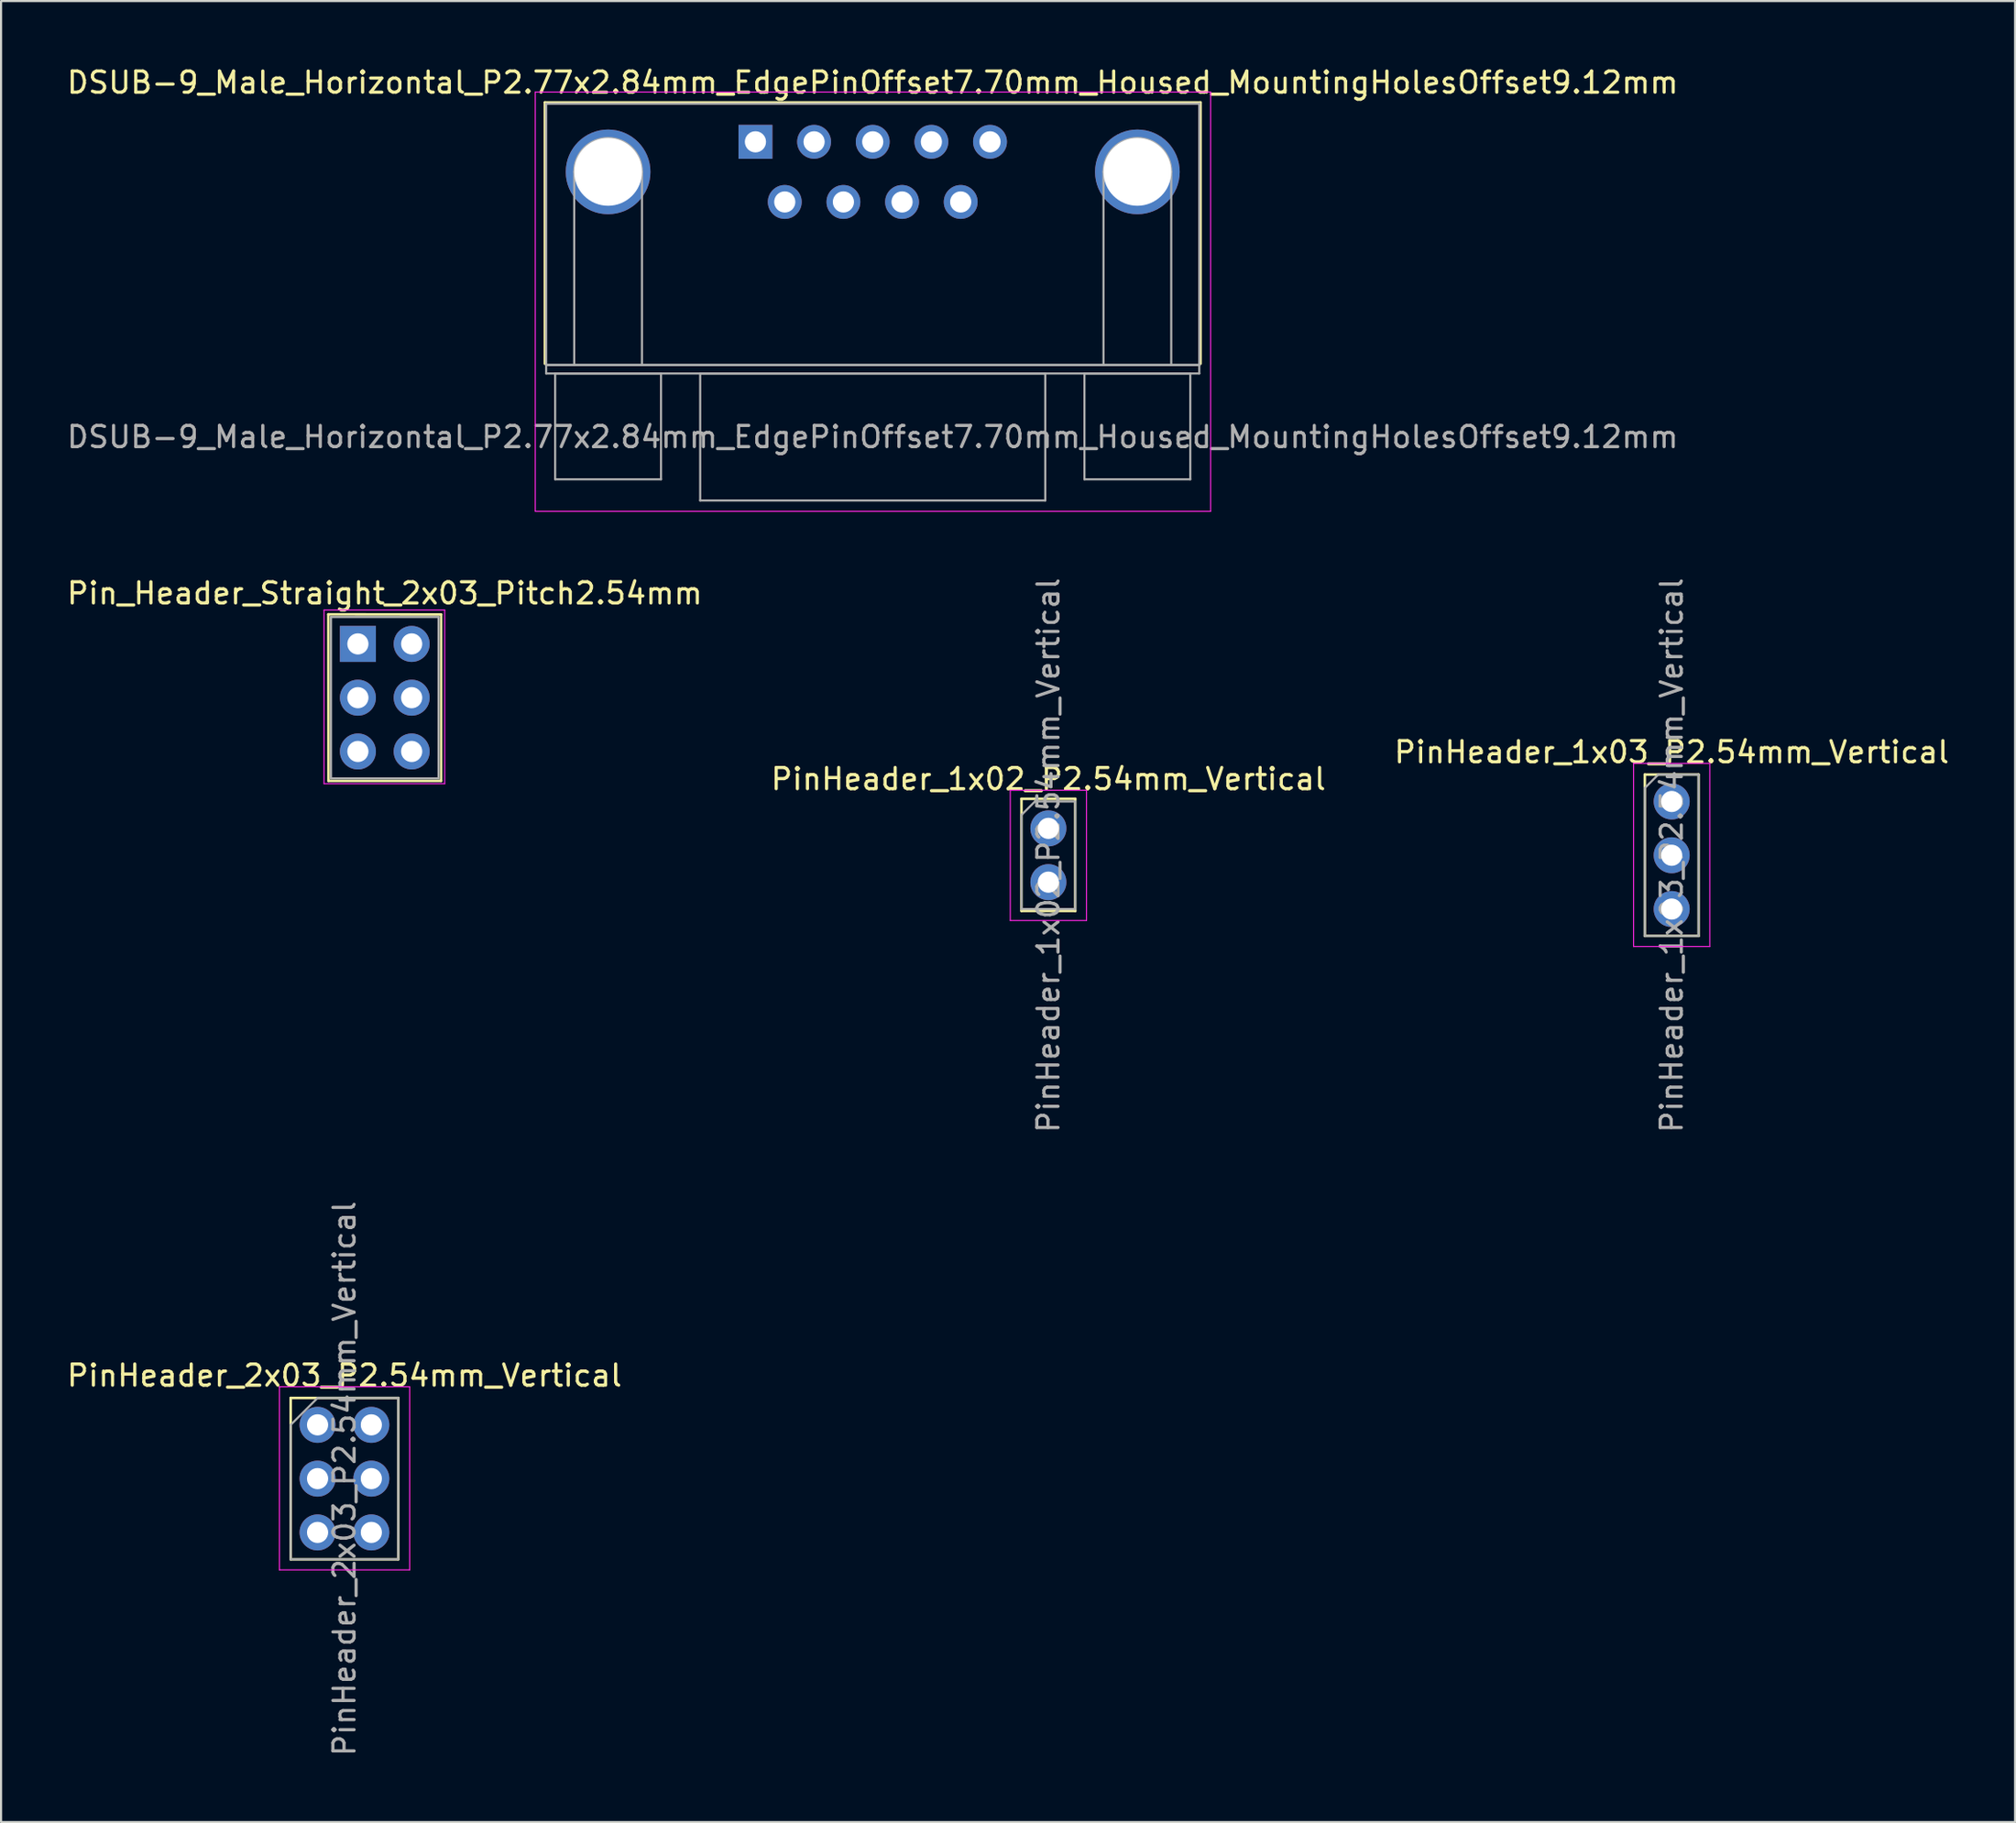
<source format=kicad_pcb>
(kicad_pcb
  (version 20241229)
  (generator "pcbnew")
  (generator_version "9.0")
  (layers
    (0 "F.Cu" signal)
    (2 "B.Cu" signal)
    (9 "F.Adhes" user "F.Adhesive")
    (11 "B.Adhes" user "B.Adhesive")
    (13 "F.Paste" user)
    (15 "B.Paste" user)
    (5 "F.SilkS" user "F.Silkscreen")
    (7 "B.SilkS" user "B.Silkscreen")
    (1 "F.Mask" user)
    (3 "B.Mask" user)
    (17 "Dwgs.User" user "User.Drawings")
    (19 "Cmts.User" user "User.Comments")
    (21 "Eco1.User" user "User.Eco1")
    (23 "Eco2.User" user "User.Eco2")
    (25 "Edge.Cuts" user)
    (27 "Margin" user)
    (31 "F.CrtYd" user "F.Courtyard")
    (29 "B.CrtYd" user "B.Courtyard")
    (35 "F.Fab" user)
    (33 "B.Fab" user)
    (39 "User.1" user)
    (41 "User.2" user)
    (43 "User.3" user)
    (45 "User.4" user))
  (footprint "PinHeader_1x03_P2.54mm_Vertical"
    (layer "F.Cu")
    (at 75.911 34.803)
    (property "Reference" "PinHeader_1x03_P2.54mm_Vertical" (at 0 -2.33 0) (layer "F.SilkS") (effects (font (size 1 1) (thickness 0.15))))
    (attr through_hole)
    (fp_line (start -1.27 -1.27) (end -1.27 6.35) (stroke (width 0.12) (type solid)) (layer "F.SilkS"))
    (fp_line (start -1.27 -1.27) (end 1.27 -1.27) (stroke (width 0.12) (type solid)) (layer "F.SilkS"))
    (fp_line (start -1.27 6.35) (end 1.27 6.35) (stroke (width 0.12) (type solid)) (layer "F.SilkS"))
    (fp_line (start 1.27 -1.27) (end 1.27 6.35) (stroke (width 0.12) (type solid)) (layer "F.SilkS"))
    (fp_line (start -1.8 -1.8) (end -1.8 6.85) (stroke (width 0.05) (type solid)) (layer "F.CrtYd"))
    (fp_line (start -1.8 6.85) (end 1.8 6.85) (stroke (width 0.05) (type solid)) (layer "F.CrtYd"))
    (fp_line (start 1.8 -1.8) (end -1.8 -1.8) (stroke (width 0.05) (type solid)) (layer "F.CrtYd"))
    (fp_line (start 1.8 6.85) (end 1.8 -1.8) (stroke (width 0.05) (type solid)) (layer "F.CrtYd"))
    (fp_line (start -1.27 -0.635) (end -0.635 -1.27) (stroke (width 0.1) (type solid)) (layer "F.Fab"))
    (fp_line (start -1.27 6.35) (end -1.27 -0.635) (stroke (width 0.1) (type solid)) (layer "F.Fab"))
    (fp_line (start -0.635 -1.27) (end 1.27 -1.27) (stroke (width 0.1) (type solid)) (layer "F.Fab"))
    (fp_line (start 1.27 -1.27) (end 1.27 6.35) (stroke (width 0.1) (type solid)) (layer "F.Fab"))
    (fp_line (start 1.27 6.35) (end -1.27 6.35) (stroke (width 0.1) (type solid)) (layer "F.Fab"))
    (fp_text user "${REFERENCE}" (at 0 2.54 90) (layer "F.Fab") (effects (font (size 1 1) (thickness 0.15))))
    (pad "1" thru_hole circle (at 0 0) (size 1.7 1.7) (drill 1) (layers "*.Cu" "*.Mask"))
    (pad "2" thru_hole oval (at 0 2.54) (size 1.7 1.7) (drill 1) (layers "*.Cu" "*.Mask"))
    (pad "3" thru_hole oval (at 0 5.08) (size 1.7 1.7) (drill 1) (layers "*.Cu" "*.Mask")))
  (footprint "PinHeader_1x02_P2.54mm_Vertical"
    (layer "F.Cu")
    (at 46.47 36.073)
    (property "Reference" "PinHeader_1x02_P2.54mm_Vertical" (at 0 -2.33 0) (layer "F.SilkS") (effects (font (size 1 1) (thickness 0.15))))
    (attr through_hole)
    (fp_line (start -1.27 -1.397) (end -1.27 3.9) (stroke (width 0.12) (type solid)) (layer "F.SilkS"))
    (fp_line (start -1.27 -1.397) (end 1.27 -1.397) (stroke (width 0.12) (type solid)) (layer "F.SilkS"))
    (fp_line (start -1.27 3.9) (end 1.27 3.9) (stroke (width 0.12) (type solid)) (layer "F.SilkS"))
    (fp_line (start 1.27 -1.397) (end 1.27 3.9) (stroke (width 0.12) (type solid)) (layer "F.SilkS"))
    (fp_line (start -1.8 -1.8) (end -1.8 4.35) (stroke (width 0.05) (type solid)) (layer "F.CrtYd"))
    (fp_line (start -1.8 4.35) (end 1.8 4.35) (stroke (width 0.05) (type solid)) (layer "F.CrtYd"))
    (fp_line (start 1.8 -1.8) (end -1.8 -1.8) (stroke (width 0.05) (type solid)) (layer "F.CrtYd"))
    (fp_line (start 1.8 4.35) (end 1.8 -1.8) (stroke (width 0.05) (type solid)) (layer "F.CrtYd"))
    (fp_line (start -1.27 -0.635) (end -0.635 -1.27) (stroke (width 0.1) (type solid)) (layer "F.Fab"))
    (fp_line (start -1.27 3.81) (end -1.27 -0.635) (stroke (width 0.1) (type solid)) (layer "F.Fab"))
    (fp_line (start -0.635 -1.27) (end 1.27 -1.27) (stroke (width 0.1) (type solid)) (layer "F.Fab"))
    (fp_line (start 1.27 -1.27) (end 1.27 3.81) (stroke (width 0.1) (type solid)) (layer "F.Fab"))
    (fp_line (start 1.27 3.81) (end -1.27 3.81) (stroke (width 0.1) (type solid)) (layer "F.Fab"))
    (fp_text user "${REFERENCE}" (at 0 1.27 90) (layer "F.Fab") (effects (font (size 1 1) (thickness 0.15))))
    (pad "1" thru_hole circle (at 0 0) (size 1.7 1.7) (drill 1) (layers "*.Cu" "*.Mask"))
    (pad "2" thru_hole oval (at 0 2.54) (size 1.7 1.7) (drill 1) (layers "*.Cu" "*.Mask")))
  (footprint "PinHeader_2x03_P2.54mm_Vertical"
    (layer "F.Cu")
    (at 11.95 64.244)
    (property "Reference" "PinHeader_2x03_P2.54mm_Vertical" (at 1.27 -2.33 0) (layer "F.SilkS") (effects (font (size 1 1) (thickness 0.15))))
    (attr through_hole)
    (fp_line (start -1.27 -1.27) (end -1.27 6.35) (stroke (width 0.12) (type solid)) (layer "F.SilkS"))
    (fp_line (start -1.27 -1.27) (end 3.81 -1.27) (stroke (width 0.12) (type solid)) (layer "F.SilkS"))
    (fp_line (start -1.27 6.35) (end 3.81 6.35) (stroke (width 0.12) (type solid)) (layer "F.SilkS"))
    (fp_line (start 3.81 -1.27) (end 3.81 6.35) (stroke (width 0.12) (type solid)) (layer "F.SilkS"))
    (fp_line (start -1.8 -1.8) (end -1.8 6.85) (stroke (width 0.05) (type solid)) (layer "F.CrtYd"))
    (fp_line (start -1.8 6.85) (end 4.35 6.85) (stroke (width 0.05) (type solid)) (layer "F.CrtYd"))
    (fp_line (start 4.35 -1.8) (end -1.8 -1.8) (stroke (width 0.05) (type solid)) (layer "F.CrtYd"))
    (fp_line (start 4.35 6.85) (end 4.35 -1.8) (stroke (width 0.05) (type solid)) (layer "F.CrtYd"))
    (fp_line (start -1.27 0) (end 0 -1.27) (stroke (width 0.1) (type solid)) (layer "F.Fab"))
    (fp_line (start -1.27 6.35) (end -1.27 0) (stroke (width 0.1) (type solid)) (layer "F.Fab"))
    (fp_line (start 0 -1.27) (end 3.81 -1.27) (stroke (width 0.1) (type solid)) (layer "F.Fab"))
    (fp_line (start 3.81 -1.27) (end 3.81 6.35) (stroke (width 0.1) (type solid)) (layer "F.Fab"))
    (fp_line (start 3.81 6.35) (end -1.27 6.35) (stroke (width 0.1) (type solid)) (layer "F.Fab"))
    (fp_text user "${REFERENCE}" (at 1.27 2.54 90) (layer "F.Fab") (effects (font (size 1 1) (thickness 0.15))))
    (pad "1" thru_hole oval (at 0 0) (size 1.7 1.7) (drill 1) (layers "*.Cu" "*.Mask"))
    (pad "2" thru_hole oval (at 2.54 0) (size 1.7 1.7) (drill 1) (layers "*.Cu" "*.Mask"))
    (pad "3" thru_hole oval (at 0 2.54) (size 1.7 1.7) (drill 1) (layers "*.Cu" "*.Mask"))
    (pad "4" thru_hole oval (at 2.54 2.54) (size 1.7 1.7) (drill 1) (layers "*.Cu" "*.Mask"))
    (pad "5" thru_hole oval (at 0 5.08) (size 1.7 1.7) (drill 1) (layers "*.Cu" "*.Mask"))
    (pad "6" thru_hole oval (at 2.54 5.08) (size 1.7 1.7) (drill 1) (layers "*.Cu" "*.Mask")))
  (footprint "DSUB-9_Male_Horizontal_P2.77x2.84mm_EdgePinOffset7.70mm_Housed_MountingHolesOffset9.12mm"
    (layer "F.Cu")
    (at 32.633 3.648)
    (property "Reference" "DSUB-9_Male_Horizontal_P2.77x2.84mm_EdgePinOffset7.70mm_Housed_MountingHolesOffset9.12mm" (at 5.54 -2.8 0) (layer "F.SilkS") (effects (font (size 1 1) (thickness 0.15))))
    (attr through_hole)
    (fp_line (start -9.945 -1.86) (end 21.025 -1.86) (stroke (width 0.12) (type solid)) (layer "F.SilkS"))
    (fp_line (start -9.945 10.48) (end -9.945 -1.86) (stroke (width 0.12) (type solid)) (layer "F.SilkS"))
    (fp_line (start 21.025 -1.86) (end 21.025 10.48) (stroke (width 0.12) (type solid)) (layer "F.SilkS"))
    (fp_line (start -10.4 -2.35) (end -10.4 17.45) (stroke (width 0.05) (type solid)) (layer "F.CrtYd"))
    (fp_line (start -10.4 17.45) (end 21.5 17.45) (stroke (width 0.05) (type solid)) (layer "F.CrtYd"))
    (fp_line (start 21.5 -2.35) (end -10.4 -2.35) (stroke (width 0.05) (type solid)) (layer "F.CrtYd"))
    (fp_line (start 21.5 17.45) (end 21.5 -2.35) (stroke (width 0.05) (type solid)) (layer "F.CrtYd"))
    (fp_line (start -9.885 -1.8) (end -9.885 10.54) (stroke (width 0.1) (type solid)) (layer "F.Fab"))
    (fp_line (start -9.885 10.54) (end -9.885 10.94) (stroke (width 0.1) (type solid)) (layer "F.Fab"))
    (fp_line (start -9.885 10.54) (end 20.965 10.54) (stroke (width 0.1) (type solid)) (layer "F.Fab"))
    (fp_line (start -9.885 10.94) (end 20.965 10.94) (stroke (width 0.1) (type solid)) (layer "F.Fab"))
    (fp_line (start -9.46 10.94) (end -9.46 15.94) (stroke (width 0.1) (type solid)) (layer "F.Fab"))
    (fp_line (start -9.46 15.94) (end -4.46 15.94) (stroke (width 0.1) (type solid)) (layer "F.Fab"))
    (fp_line (start -8.56 10.54) (end -8.56 1.42) (stroke (width 0.1) (type solid)) (layer "F.Fab"))
    (fp_line (start -5.36 10.54) (end -5.36 1.42) (stroke (width 0.1) (type solid)) (layer "F.Fab"))
    (fp_line (start -4.46 10.94) (end -9.46 10.94) (stroke (width 0.1) (type solid)) (layer "F.Fab"))
    (fp_line (start -4.46 15.94) (end -4.46 10.94) (stroke (width 0.1) (type solid)) (layer "F.Fab"))
    (fp_line (start -2.61 10.94) (end -2.61 16.94) (stroke (width 0.1) (type solid)) (layer "F.Fab"))
    (fp_line (start -2.61 16.94) (end 13.69 16.94) (stroke (width 0.1) (type solid)) (layer "F.Fab"))
    (fp_line (start 13.69 10.94) (end -2.61 10.94) (stroke (width 0.1) (type solid)) (layer "F.Fab"))
    (fp_line (start 13.69 16.94) (end 13.69 10.94) (stroke (width 0.1) (type solid)) (layer "F.Fab"))
    (fp_line (start 15.54 10.94) (end 15.54 15.94) (stroke (width 0.1) (type solid)) (layer "F.Fab"))
    (fp_line (start 15.54 15.94) (end 20.54 15.94) (stroke (width 0.1) (type solid)) (layer "F.Fab"))
    (fp_line (start 16.44 10.54) (end 16.44 1.42) (stroke (width 0.1) (type solid)) (layer "F.Fab"))
    (fp_line (start 19.64 10.54) (end 19.64 1.42) (stroke (width 0.1) (type solid)) (layer "F.Fab"))
    (fp_line (start 20.54 10.94) (end 15.54 10.94) (stroke (width 0.1) (type solid)) (layer "F.Fab"))
    (fp_line (start 20.54 15.94) (end 20.54 10.94) (stroke (width 0.1) (type solid)) (layer "F.Fab"))
    (fp_line (start 20.965 -1.8) (end -9.885 -1.8) (stroke (width 0.1) (type solid)) (layer "F.Fab"))
    (fp_line (start 20.965 10.54) (end -9.885 10.54) (stroke (width 0.1) (type solid)) (layer "F.Fab"))
    (fp_line (start 20.965 10.54) (end 20.965 -1.8) (stroke (width 0.1) (type solid)) (layer "F.Fab"))
    (fp_line (start 20.965 10.94) (end 20.965 10.54) (stroke (width 0.1) (type solid)) (layer "F.Fab"))
    (fp_arc (start -8.56 1.42) (mid -6.96 -0.18) (end -5.36 1.42) (stroke (width 0.1) (type solid)) (layer "F.Fab"))
    (fp_arc (start 16.44 1.42) (mid 18.04 -0.18) (end 19.64 1.42) (stroke (width 0.1) (type solid)) (layer "F.Fab"))
    (fp_text user "${REFERENCE}" (at 5.54 13.94 0) (layer "F.Fab") (effects (font (size 1 1) (thickness 0.15))))
    (pad "0" thru_hole circle (at -6.96 1.42) (size 4 4) (drill 3.2) (layers "*.Cu" "*.Mask"))
    (pad "0" thru_hole circle (at 18.04 1.42) (size 4 4) (drill 3.2) (layers "*.Cu" "*.Mask"))
    (pad "1" thru_hole rect (at 0 0) (size 1.6 1.6) (drill 1) (layers "*.Cu" "*.Mask"))
    (pad "2" thru_hole circle (at 2.77 0) (size 1.6 1.6) (drill 1) (layers "*.Cu" "*.Mask"))
    (pad "3" thru_hole circle (at 5.54 0) (size 1.6 1.6) (drill 1) (layers "*.Cu" "*.Mask"))
    (pad "4" thru_hole circle (at 8.31 0) (size 1.6 1.6) (drill 1) (layers "*.Cu" "*.Mask"))
    (pad "5" thru_hole circle (at 11.08 0) (size 1.6 1.6) (drill 1) (layers "*.Cu" "*.Mask"))
    (pad "6" thru_hole circle (at 1.385 2.84) (size 1.6 1.6) (drill 1) (layers "*.Cu" "*.Mask"))
    (pad "7" thru_hole circle (at 4.155 2.84) (size 1.6 1.6) (drill 1) (layers "*.Cu" "*.Mask"))
    (pad "8" thru_hole circle (at 6.925 2.84) (size 1.6 1.6) (drill 1) (layers "*.Cu" "*.Mask"))
    (pad "9" thru_hole circle (at 9.695 2.84) (size 1.6 1.6) (drill 1) (layers "*.Cu" "*.Mask")))
  (footprint "Pin_Header_Straight_2x03_Pitch2.54mm"
    (layer "F.Cu")
    (at 13.855 27.361)
    (property "Reference" "Pin_Header_Straight_2x03_Pitch2.54mm" (at 1.27 -2.39 0) (layer "F.SilkS") (effects (font (size 1 1) (thickness 0.15))))
    (attr through_hole)
    (fp_line (start -1.397 -1.397) (end -1.39 6.47) (stroke (width 0.12) (type solid)) (layer "F.SilkS"))
    (fp_line (start -1.39 6.47) (end 3.93 6.47) (stroke (width 0.12) (type solid)) (layer "F.SilkS"))
    (fp_line (start 3.93 -1.39) (end -1.397 -1.397) (stroke (width 0.12) (type solid)) (layer "F.SilkS"))
    (fp_line (start 3.93 6.47) (end 3.93 -1.39) (stroke (width 0.12) (type solid)) (layer "F.SilkS"))
    (fp_line (start -1.6 -1.6) (end -1.6 6.6) (stroke (width 0.05) (type solid)) (layer "F.CrtYd"))
    (fp_line (start -1.6 6.6) (end 4.1 6.6) (stroke (width 0.05) (type solid)) (layer "F.CrtYd"))
    (fp_line (start 4.1 -1.6) (end -1.6 -1.6) (stroke (width 0.05) (type solid)) (layer "F.CrtYd"))
    (fp_line (start 4.1 6.6) (end 4.1 -1.6) (stroke (width 0.05) (type solid)) (layer "F.CrtYd"))
    (fp_line (start -1.27 -1.27) (end -1.27 6.35) (stroke (width 0.1) (type solid)) (layer "F.Fab"))
    (fp_line (start -1.27 6.35) (end 3.81 6.35) (stroke (width 0.1) (type solid)) (layer "F.Fab"))
    (fp_line (start 3.81 -1.27) (end -1.27 -1.27) (stroke (width 0.1) (type solid)) (layer "F.Fab"))
    (fp_line (start 3.81 6.35) (end 3.81 -1.27) (stroke (width 0.1) (type solid)) (layer "F.Fab"))
    (pad "1" thru_hole rect (at 0 0) (size 1.7 1.7) (drill 1) (layers "*.Cu" "*.Mask"))
    (pad "2" thru_hole oval (at 2.54 0) (size 1.7 1.7) (drill 1) (layers "*.Cu" "*.Mask"))
    (pad "3" thru_hole oval (at 0 2.54) (size 1.7 1.7) (drill 1) (layers "*.Cu" "*.Mask"))
    (pad "4" thru_hole oval (at 2.54 2.54) (size 1.7 1.7) (drill 1) (layers "*.Cu" "*.Mask"))
    (pad "5" thru_hole oval (at 0 5.08) (size 1.7 1.7) (drill 1) (layers "*.Cu" "*.Mask"))
    (pad "6" thru_hole oval (at 2.54 5.08) (size 1.7 1.7) (drill 1) (layers "*.Cu" "*.Mask")))
  (gr_rect
    (start -3 -3)
    (end 92.131 83.004)
    (stroke (width 0.1) (type default))
    (fill no)
    (layer "Edge.Cuts")))
</source>
